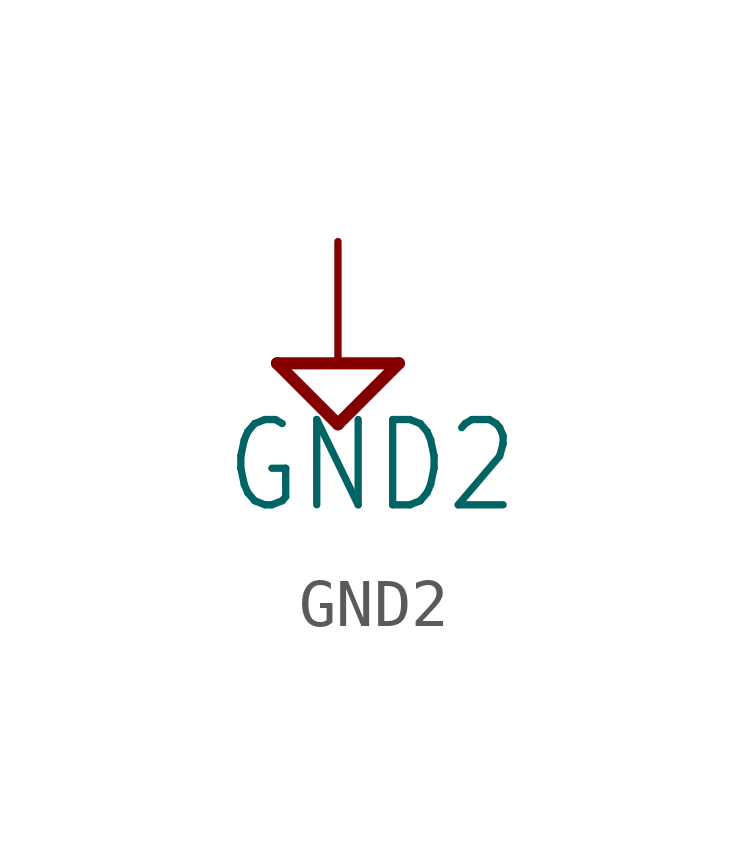
<source format=kicad_sym>
(kicad_symbol_lib
  (version 20211014)
  (generator kicad_symbol_editor)
  (symbol "GND2"
    (power)
    (property "Reference" "#SUPPLY"
      (at 0 0 0)
      (effects (font (size 1.27 1.27)) hide))
    (property "Value" "GND2"
      (at -2.413 -3.175 0)
      (effects (font (size 1.778 1.511)) (justify left bottom)))
    (property "ki_locked" ""
      (at 0 0 0)
      (effects (font (size 1.27 1.27))))
    (symbol "GND2_1_0"
      (polyline (pts (xy -1.27 0) (xy 1.27 0)) (stroke (width 0.254) (type default) (color 0 0 0 0)) (fill (type none)))
      (polyline (pts (xy 0 -1.27) (xy -1.27 0)) (stroke (width 0.254) (type default) (color 0 0 0 0)) (fill (type none)))
      (polyline (pts (xy 1.27 0) (xy 0 -1.27)) (stroke (width 0.254) (type default) (color 0 0 0 0)) (fill (type none)))
      (pin power_in line (at 0 2.54 270) (length 2.54) (name "GND2" (effects (font (size 0 0)))) (number "1" (effects (font (size 0 0))))))))
</source>
